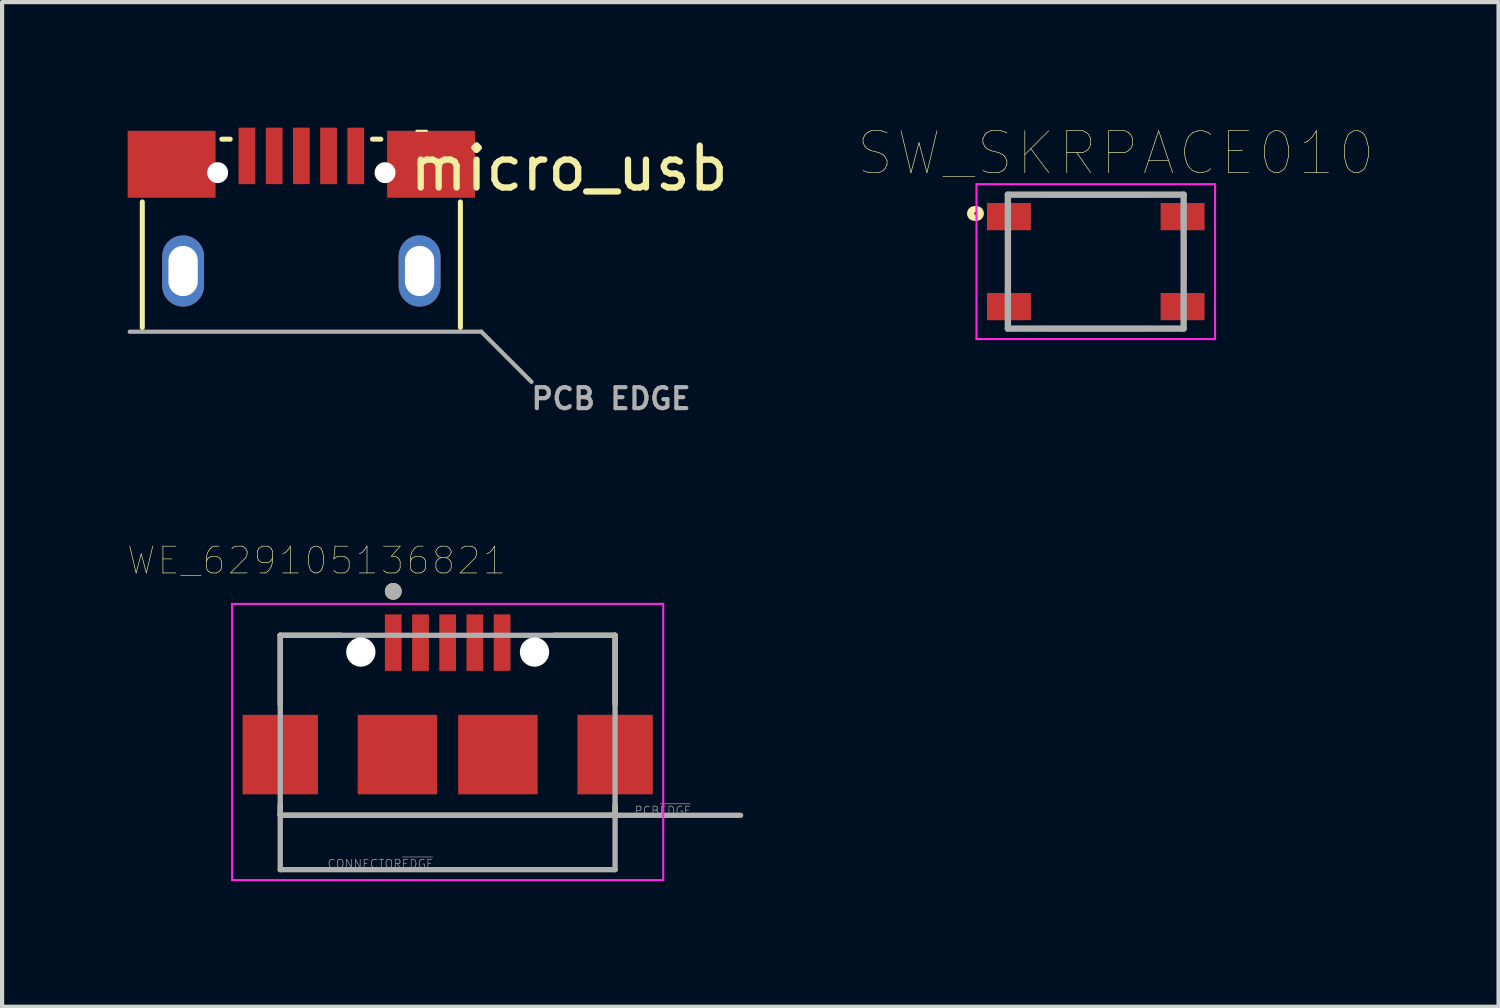
<source format=kicad_pcb>
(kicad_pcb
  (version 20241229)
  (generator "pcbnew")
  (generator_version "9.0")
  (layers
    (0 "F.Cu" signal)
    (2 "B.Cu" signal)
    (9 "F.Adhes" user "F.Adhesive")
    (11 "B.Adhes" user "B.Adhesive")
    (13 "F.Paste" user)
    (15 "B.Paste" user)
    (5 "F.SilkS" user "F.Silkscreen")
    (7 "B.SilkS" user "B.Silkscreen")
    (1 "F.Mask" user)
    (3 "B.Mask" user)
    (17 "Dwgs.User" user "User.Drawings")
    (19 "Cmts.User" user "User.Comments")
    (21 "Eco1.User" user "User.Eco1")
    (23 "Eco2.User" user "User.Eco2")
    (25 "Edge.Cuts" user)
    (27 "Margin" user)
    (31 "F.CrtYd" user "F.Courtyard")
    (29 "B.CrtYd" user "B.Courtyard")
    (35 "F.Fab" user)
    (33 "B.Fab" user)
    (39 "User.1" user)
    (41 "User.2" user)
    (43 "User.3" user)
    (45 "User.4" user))
  (footprint "micro_usb"
    (layer "F.Cu")
    (at 4.15 4.875)
    (property "Reference" "micro_usb" (at 6.4 -3.9 0) (layer "F.SilkS") (effects (font (size 1 1) (thickness 0.15))))
    (attr through_hole)
    (fp_line (start -3.8 -0.1) (end -3.8 -3.1) (stroke (width 0.12) (type solid)) (layer "F.SilkS"))
    (fp_line (start -1.7 -4.6) (end -1.9 -4.6) (stroke (width 0.12) (type solid)) (layer "F.SilkS"))
    (fp_line (start 1.9 -4.6) (end 1.7 -4.6) (stroke (width 0.12) (type solid)) (layer "F.SilkS"))
    (fp_line (start 3 -4.8) (end 2.75 -4.8) (stroke (width 0.05) (type solid)) (layer "F.SilkS"))
    (fp_line (start 3.8 -0.1) (end 3.8 -3.1) (stroke (width 0.12) (type solid)) (layer "F.SilkS"))
    (fp_line (start -4.1 0) (end 4.3 0) (stroke (width 0.1) (type solid)) (layer "F.Fab"))
    (fp_line (start 4.3 0) (end 5.5 1.2) (stroke (width 0.1) (type solid)) (layer "F.Fab"))
    (fp_text user "PCB EDGE" (at 7.4 1.6 0) (layer "F.Fab") (effects (font (size 0.5 0.5) (thickness 0.1))))
    (pad "" np_thru_hole circle (at -2 -3.8) (size 0.5 0.5) (drill 0.5) (layers "*.Cu" "*.Mask"))
    (pad "" np_thru_hole circle (at 2 -3.8) (size 0.5 0.5) (drill 0.5) (layers "*.Cu" "*.Mask"))
    (pad "1" smd rect (at -1.3 -4.2) (size 0.4 1.35) (layers "F.Cu" "F.Mask" "F.Paste"))
    (pad "2" smd rect (at -0.65 -4.2) (size 0.4 1.35) (layers "F.Cu" "F.Mask" "F.Paste"))
    (pad "3" smd rect (at 0 -4.2) (size 0.4 1.35) (layers "F.Cu" "F.Mask" "F.Paste"))
    (pad "4" smd rect (at 0.65 -4.2) (size 0.4 1.35) (layers "F.Cu" "F.Mask" "F.Paste"))
    (pad "5" smd rect (at 1.3 -4.2) (size 0.4 1.35) (layers "F.Cu" "F.Mask" "F.Paste"))
    (pad "6" smd rect (at -3.1 -4) (size 2.1 1.6) (layers "F.Cu" "F.Mask" "F.Paste"))
    (pad "6" thru_hole oval (at -2.825 -1.45) (size 1 1.7) (drill oval 0.7 1.2) (layers "*.Cu" "*.Mask"))
    (pad "6" thru_hole oval (at 2.825 -1.45) (size 1 1.7) (drill oval 0.7 1.2) (layers "*.Cu" "*.Mask"))
    (pad "6" smd rect (at 3.1 -4) (size 2.1 1.6) (layers "F.Cu" "F.Mask" "F.Paste")))
  (footprint "SW_SKRPACE010"
    (layer "F.Cu")
    (at 23.131 3.201)
    (property "Reference" "SW_SKRPACE010" (at 0.476 -2.589 0) (layer "F.SilkS") (effects (font (size 1.002 1.002) (thickness 0.015))))
    (attr through_hole)
    (fp_line (start -2.1 -0.5) (end -2.1 0.5) (stroke (width 0.127) (type solid)) (layer "F.SilkS"))
    (fp_line (start -1.25 -1.6) (end 1.25 -1.6) (stroke (width 0.127) (type solid)) (layer "F.SilkS"))
    (fp_line (start -1.25 1.6) (end 1.25 1.6) (stroke (width 0.127) (type solid)) (layer "F.SilkS"))
    (fp_line (start 2.1 -0.5) (end 2.1 0.5) (stroke (width 0.127) (type solid)) (layer "F.SilkS"))
    (fp_circle (center -2.9 -1.15) (end -2.788 -1.15) (stroke (width 0.127) (type solid)) (fill no) (layer "F.SilkS"))
    (fp_circle (center -2.85 -1.15) (end -2.8 -1.15) (stroke (width 0.127) (type solid)) (fill no) (layer "F.SilkS"))
    (fp_line (start -2.85 -1.85) (end 2.85 -1.85) (stroke (width 0.05) (type solid)) (layer "F.CrtYd"))
    (fp_line (start -2.85 1.85) (end -2.85 -1.85) (stroke (width 0.05) (type solid)) (layer "F.CrtYd"))
    (fp_line (start 2.85 -1.85) (end 2.85 1.85) (stroke (width 0.05) (type solid)) (layer "F.CrtYd"))
    (fp_line (start 2.85 1.85) (end -2.85 1.85) (stroke (width 0.05) (type solid)) (layer "F.CrtYd"))
    (fp_line (start -2.1 -1.6) (end 2.1 -1.6) (stroke (width 0.152) (type solid)) (layer "F.Fab"))
    (fp_line (start -2.1 1.6) (end -2.1 -1.6) (stroke (width 0.152) (type solid)) (layer "F.Fab"))
    (fp_line (start 2.1 -1.6) (end 2.1 1.6) (stroke (width 0.152) (type solid)) (layer "F.Fab"))
    (fp_line (start 2.1 1.6) (end -2.1 1.6) (stroke (width 0.152) (type solid)) (layer "F.Fab"))
    (pad "1" smd rect (at -2.075 -1.075) (size 1.05 0.65) (layers "F.Cu" "F.Mask" "F.Paste"))
    (pad "1" smd rect (at 2.075 -1.075) (size 1.05 0.65) (layers "F.Cu" "F.Mask" "F.Paste"))
    (pad "2" smd rect (at -2.075 1.075) (size 1.05 0.65) (layers "F.Cu" "F.Mask" "F.Paste"))
    (pad "2" smd rect (at 2.075 1.075) (size 1.05 0.65) (layers "F.Cu" "F.Mask" "F.Paste")))
  (footprint "WE_629105136821"
    (layer "F.Cu")
    (at 7.646 14.979)
    (property "Reference" "WE_629105136821" (at -3.131 -4.635 0) (layer "F.SilkS") (effects (font (size 0.64 0.64) (thickness 0.015))))
    (attr through_hole)
    (fp_line (start -4 -2.85) (end -4 -1.2) (stroke (width 0.127) (type solid)) (layer "F.SilkS"))
    (fp_line (start -4 -2.85) (end -2.55 -2.85) (stroke (width 0.127) (type solid)) (layer "F.SilkS"))
    (fp_line (start -4 1.2) (end -4 1.45) (stroke (width 0.127) (type solid)) (layer "F.SilkS"))
    (fp_line (start -4 1.45) (end 4 1.45) (stroke (width 0.127) (type solid)) (layer "F.SilkS"))
    (fp_line (start 4 -2.85) (end 2.55 -2.85) (stroke (width 0.127) (type solid)) (layer "F.SilkS"))
    (fp_line (start 4 -2.85) (end 4 -1.2) (stroke (width 0.127) (type solid)) (layer "F.SilkS"))
    (fp_line (start 4 1.2) (end 4 1.45) (stroke (width 0.127) (type solid)) (layer "F.SilkS"))
    (fp_circle (center -1.3 -3.9) (end -1.2 -3.9) (stroke (width 0.2) (type solid)) (fill no) (layer "F.SilkS"))
    (fp_line (start -5.15 -3.6) (end 5.15 -3.6) (stroke (width 0.05) (type solid)) (layer "F.CrtYd"))
    (fp_line (start -5.15 3) (end -5.15 -3.6) (stroke (width 0.05) (type solid)) (layer "F.CrtYd"))
    (fp_line (start 5.15 -3.6) (end 5.15 3) (stroke (width 0.05) (type solid)) (layer "F.CrtYd"))
    (fp_line (start 5.15 3) (end -5.15 3) (stroke (width 0.05) (type solid)) (layer "F.CrtYd"))
    (fp_line (start -4 -2.85) (end 4 -2.85) (stroke (width 0.127) (type solid)) (layer "F.Fab"))
    (fp_line (start -4 1.45) (end -4 -2.85) (stroke (width 0.127) (type solid)) (layer "F.Fab"))
    (fp_line (start -4 1.45) (end 7 1.45) (stroke (width 0.127) (type solid)) (layer "F.Fab"))
    (fp_line (start -4 2.75) (end -4 1.45) (stroke (width 0.127) (type solid)) (layer "F.Fab"))
    (fp_line (start 4 -2.85) (end 4 2.75) (stroke (width 0.127) (type solid)) (layer "F.Fab"))
    (fp_line (start 4 2.75) (end -4 2.75) (stroke (width 0.127) (type solid)) (layer "F.Fab"))
    (fp_circle (center -1.3 -3.9) (end -1.2 -3.9) (stroke (width 0.2) (type solid)) (fill no) (layer "F.Fab"))
    (fp_text user "CONNECTOR~{EDGE}" (at -1.605 2.61 0) (layer "F.Fab") (effects (font (size 0.2 0.2) (thickness 0.015))))
    (fp_text user "PCB~{EDGE}" (at 5.14 1.34 0) (layer "F.Fab") (effects (font (size 0.2 0.2) (thickness 0.015))))
    (pad "" np_thru_hole circle (at -2.075 -2.45) (size 0.7 0.7) (drill 0.7) (layers "*.Cu" "*.Mask"))
    (pad "" np_thru_hole circle (at 2.075 -2.45) (size 0.7 0.7) (drill 0.7) (layers "*.Cu" "*.Mask"))
    (pad "1" smd rect (at -1.3 -2.675) (size 0.4 1.35) (layers "F.Cu" "F.Mask" "F.Paste"))
    (pad "2" smd rect (at -0.65 -2.675) (size 0.4 1.35) (layers "F.Cu" "F.Mask" "F.Paste"))
    (pad "3" smd rect (at 0 -2.675) (size 0.4 1.35) (layers "F.Cu" "F.Mask" "F.Paste"))
    (pad "4" smd rect (at 0.65 -2.675) (size 0.4 1.35) (layers "F.Cu" "F.Mask" "F.Paste"))
    (pad "5" smd rect (at 1.3 -2.675) (size 0.4 1.35) (layers "F.Cu" "F.Mask" "F.Paste"))
    (pad "6" smd rect (at -4 0) (size 1.8 1.9) (layers "F.Cu" "F.Mask" "F.Paste"))
    (pad "6" smd rect (at -1.2 0) (size 1.9 1.9) (layers "F.Cu" "F.Mask" "F.Paste"))
    (pad "6" smd rect (at 1.2 0) (size 1.9 1.9) (layers "F.Cu" "F.Mask" "F.Paste"))
    (pad "6" smd rect (at 4 0) (size 1.8 1.9) (layers "F.Cu" "F.Mask" "F.Paste")))
  (gr_rect
    (start -3 -3)
    (end 32.754 21.004)
    (stroke (width 0.1) (type default))
    (fill no)
    (layer "Edge.Cuts")))
</source>
